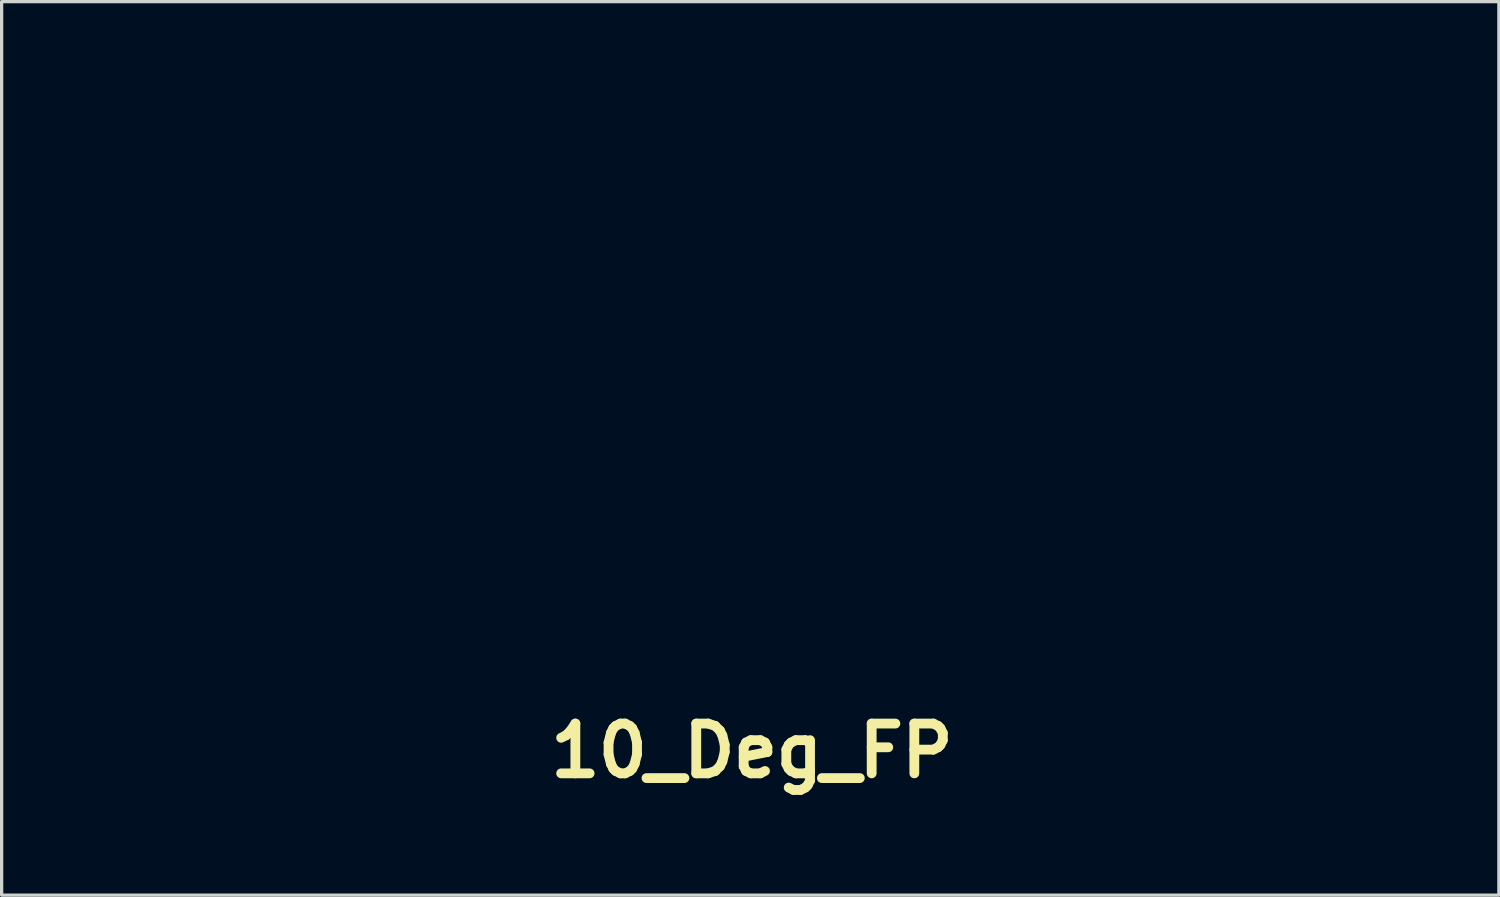
<source format=kicad_pcb>
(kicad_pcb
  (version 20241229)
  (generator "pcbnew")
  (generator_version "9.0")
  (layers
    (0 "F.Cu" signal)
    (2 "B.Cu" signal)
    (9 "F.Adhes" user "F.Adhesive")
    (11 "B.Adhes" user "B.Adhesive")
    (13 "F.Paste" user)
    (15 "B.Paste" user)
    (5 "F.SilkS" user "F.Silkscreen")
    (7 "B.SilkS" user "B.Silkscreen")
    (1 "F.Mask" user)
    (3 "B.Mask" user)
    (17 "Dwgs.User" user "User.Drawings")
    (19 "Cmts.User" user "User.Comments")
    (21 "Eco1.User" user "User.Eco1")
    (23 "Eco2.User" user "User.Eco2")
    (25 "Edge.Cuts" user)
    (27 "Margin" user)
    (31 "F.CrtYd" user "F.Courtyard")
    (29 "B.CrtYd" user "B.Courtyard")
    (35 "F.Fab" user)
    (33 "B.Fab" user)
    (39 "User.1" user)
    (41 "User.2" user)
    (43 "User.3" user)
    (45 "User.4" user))
  (footprint "10_Deg_FP"
    (layer "F.Cu")
    (at 19.972 19.937)
    (property "Reference" "10_Deg_FP" (at 0 0 0) (layer "F.SilkS") (effects (font (size 1.524 1.524) (thickness 0.3))))
    (attr through_hole)
    (fp_poly (pts (xy -17.231 -10.002) (xy -17.136 -9.954) (xy -16.996 -9.879) (xy -16.821 -9.783) (xy -16.619 -9.67) (xy -16.398 -9.544) (xy -16.392 -9.54) (xy -16.122 -9.383) (xy -15.911 -9.257) (xy -15.755 -9.158) (xy -15.65 -9.086) (xy -15.593 -9.038) (xy -15.581 -9.011) (xy -15.621 -8.966) (xy -15.641 -8.961) (xy -15.681 -8.979) (xy -15.773 -9.027) (xy -15.91 -9.101) (xy -16.082 -9.198) (xy -16.282 -9.311) (xy -16.492 -9.432) (xy -16.775 -9.598) (xy -16.996 -9.734) (xy -17.16 -9.841) (xy -17.267 -9.922) (xy -17.32 -9.977) (xy -17.322 -10.009) (xy -17.275 -10.019) (xy -17.231 -10.002)) (stroke (width 0.01) (type solid)) (fill yes) (layer "F.Mask"))
    (fp_poly (pts (xy 19.564 -3.547) (xy 19.573 -3.502) (xy 19.544 -3.478) (xy 19.465 -3.448) (xy 19.334 -3.413) (xy 19.146 -3.371) (xy 18.899 -3.322) (xy 18.591 -3.265) (xy 18.218 -3.2) (xy 17.792 -3.128) (xy 17.703 -3.126) (xy 17.66 -3.161) (xy 17.658 -3.165) (xy 17.648 -3.221) (xy 17.652 -3.235) (xy 17.69 -3.246) (xy 17.787 -3.266) (xy 17.931 -3.294) (xy 18.11 -3.328) (xy 18.315 -3.365) (xy 18.533 -3.404) (xy 18.753 -3.443) (xy 18.965 -3.479) (xy 19.156 -3.512) (xy 19.317 -3.538) (xy 19.434 -3.555) (xy 19.498 -3.563) (xy 19.502 -3.563) (xy 19.564 -3.547)) (stroke (width 0.01) (type solid)) (fill yes) (layer "F.Mask"))
    (fp_poly (pts (xy -6.887 -18.728) (xy -6.834 -18.683) (xy -6.788 -18.608) (xy -6.737 -18.479) (xy -6.674 -18.314) (xy -6.603 -18.121) (xy -6.528 -17.913) (xy -6.452 -17.699) (xy -6.38 -17.49) (xy -6.314 -17.297) (xy -6.259 -17.131) (xy -6.219 -17.001) (xy -6.196 -16.919) (xy -6.193 -16.895) (xy -6.218 -16.868) (xy -6.247 -16.871) (xy -6.282 -16.908) (xy -6.326 -16.985) (xy -6.382 -17.109) (xy -6.452 -17.283) (xy -6.539 -17.515) (xy -6.626 -17.754) (xy -6.712 -17.992) (xy -6.789 -18.209) (xy -6.855 -18.397) (xy -6.906 -18.545) (xy -6.938 -18.646) (xy -6.95 -18.689) (xy -6.931 -18.732) (xy -6.887 -18.728)) (stroke (width 0.01) (type solid)) (fill yes) (layer "F.Mask"))
    (fp_poly (pts (xy 9.943 -17.258) (xy 9.948 -17.238) (xy 9.931 -17.195) (xy 9.883 -17.101) (xy 9.811 -16.968) (xy 9.719 -16.804) (xy 9.614 -16.619) (xy 9.501 -16.424) (xy 9.386 -16.228) (xy 9.274 -16.04) (xy 9.172 -15.871) (xy 9.085 -15.731) (xy 9.019 -15.628) (xy 8.98 -15.574) (xy 8.973 -15.567) (xy 8.919 -15.58) (xy 8.907 -15.593) (xy 8.916 -15.636) (xy 8.956 -15.727) (xy 9.022 -15.859) (xy 9.109 -16.022) (xy 9.211 -16.206) (xy 9.322 -16.401) (xy 9.437 -16.598) (xy 9.551 -16.788) (xy 9.657 -16.961) (xy 9.751 -17.108) (xy 9.826 -17.218) (xy 9.878 -17.284) (xy 9.899 -17.298) (xy 9.943 -17.258)) (stroke (width 0.01) (type solid)) (fill yes) (layer "F.Mask"))
    (fp_poly (pts (xy 17.216 -10.009) (xy 17.214 -9.977) (xy 17.161 -9.921) (xy 17.053 -9.841) (xy 16.89 -9.734) (xy 16.669 -9.598) (xy 16.387 -9.432) (xy 16.17 -9.307) (xy 15.973 -9.195) (xy 15.805 -9.099) (xy 15.673 -9.025) (xy 15.586 -8.978) (xy 15.552 -8.961) (xy 15.522 -8.989) (xy 15.508 -9.019) (xy 15.493 -9.072) (xy 15.495 -9.084) (xy 15.545 -9.117) (xy 15.645 -9.176) (xy 15.783 -9.257) (xy 15.952 -9.353) (xy 16.139 -9.459) (xy 16.336 -9.57) (xy 16.533 -9.679) (xy 16.72 -9.782) (xy 16.886 -9.873) (xy 17.023 -9.947) (xy 17.119 -9.997) (xy 17.166 -10.018) (xy 17.168 -10.019) (xy 17.216 -10.009)) (stroke (width 0.01) (type solid)) (fill yes) (layer "F.Mask"))
    (fp_poly (pts (xy -18.673 -6.903) (xy -18.573 -6.871) (xy -18.429 -6.822) (xy -18.252 -6.761) (xy -18.052 -6.69) (xy -17.839 -6.614) (xy -17.626 -6.538) (xy -17.422 -6.463) (xy -17.237 -6.395) (xy -17.084 -6.338) (xy -16.973 -6.294) (xy -16.913 -6.269) (xy -16.907 -6.265) (xy -16.902 -6.221) (xy -16.925 -6.166) (xy -16.959 -6.141) (xy -16.959 -6.141) (xy -16.998 -6.153) (xy -17.094 -6.187) (xy -17.239 -6.239) (xy -17.423 -6.306) (xy -17.637 -6.384) (xy -17.868 -6.469) (xy -18.161 -6.579) (xy -18.39 -6.668) (xy -18.561 -6.739) (xy -18.677 -6.793) (xy -18.742 -6.832) (xy -18.761 -6.855) (xy -18.747 -6.906) (xy -18.718 -6.914) (xy -18.673 -6.903)) (stroke (width 0.01) (type solid)) (fill yes) (layer "F.Mask"))
    (fp_poly (pts (xy 12.799 -15.282) (xy 12.796 -15.234) (xy 12.771 -15.199) (xy 12.707 -15.118) (xy 12.611 -15) (xy 12.491 -14.853) (xy 12.353 -14.685) (xy 12.204 -14.505) (xy 12.051 -14.32) (xy 11.9 -14.14) (xy 11.759 -13.972) (xy 11.635 -13.825) (xy 11.554 -13.731) (xy 11.529 -13.746) (xy 11.501 -13.776) (xy 11.474 -13.83) (xy 11.503 -13.886) (xy 11.507 -13.891) (xy 11.544 -13.935) (xy 11.619 -14.024) (xy 11.725 -14.151) (xy 11.856 -14.307) (xy 12.005 -14.485) (xy 12.12 -14.623) (xy 12.276 -14.809) (xy 12.418 -14.977) (xy 12.54 -15.12) (xy 12.635 -15.229) (xy 12.696 -15.298) (xy 12.716 -15.318) (xy 12.767 -15.322) (xy 12.799 -15.282)) (stroke (width 0.01) (type solid)) (fill yes) (layer "F.Mask"))
    (fp_poly (pts (xy 18.654 -6.888) (xy 18.656 -6.855) (xy 18.626 -6.823) (xy 18.543 -6.777) (xy 18.403 -6.715) (xy 18.203 -6.636) (xy 17.992 -6.557) (xy 17.771 -6.476) (xy 17.556 -6.397) (xy 17.361 -6.325) (xy 17.202 -6.267) (xy 17.099 -6.229) (xy 16.973 -6.185) (xy 16.897 -6.166) (xy 16.857 -6.171) (xy 16.839 -6.195) (xy 16.837 -6.258) (xy 16.849 -6.278) (xy 16.891 -6.299) (xy 16.989 -6.339) (xy 17.132 -6.394) (xy 17.308 -6.46) (xy 17.507 -6.533) (xy 17.718 -6.61) (xy 17.929 -6.686) (xy 18.13 -6.757) (xy 18.31 -6.819) (xy 18.457 -6.869) (xy 18.562 -6.902) (xy 18.612 -6.914) (xy 18.612 -6.914) (xy 18.654 -6.888)) (stroke (width 0.01) (type solid)) (fill yes) (layer "F.Mask"))
    (fp_poly (pts (xy -18.707 -0.105) (xy -18.479 -0.104) (xy -18.308 -0.101) (xy -18.185 -0.096) (xy -18.103 -0.088) (xy -18.054 -0.078) (xy -18.031 -0.065) (xy -18.027 -0.053) (xy -18.035 -0.037) (xy -18.063 -0.025) (xy -18.119 -0.015) (xy -18.211 -0.009) (xy -18.345 -0.004) (xy -18.529 -0.001) (xy -18.771 -0.000234) (xy -18.997 0) (xy -19.287 -0.000424) (xy -19.515 -0.002) (xy -19.686 -0.005) (xy -19.809 -0.01) (xy -19.892 -0.017) (xy -19.94 -0.027) (xy -19.963 -0.041) (xy -19.967 -0.053) (xy -19.959 -0.069) (xy -19.931 -0.081) (xy -19.875 -0.091) (xy -19.783 -0.097) (xy -19.649 -0.102) (xy -19.465 -0.104) (xy -19.223 -0.106) (xy -18.997 -0.106) (xy -18.707 -0.105)) (stroke (width 0.01) (type solid)) (fill yes) (layer "F.Mask"))
    (fp_poly (pts (xy -15.267 -12.827) (xy -15.183 -12.775) (xy -15.063 -12.687) (xy -14.901 -12.56) (xy -14.694 -12.39) (xy -14.515 -12.24) (xy -14.287 -12.047) (xy -14.109 -11.894) (xy -13.976 -11.776) (xy -13.883 -11.688) (xy -13.824 -11.625) (xy -13.796 -11.583) (xy -13.793 -11.556) (xy -13.796 -11.55) (xy -13.834 -11.508) (xy -13.844 -11.501) (xy -13.872 -11.522) (xy -13.946 -11.584) (xy -14.061 -11.679) (xy -14.209 -11.801) (xy -14.383 -11.946) (xy -14.575 -12.108) (xy -14.589 -12.12) (xy -14.784 -12.284) (xy -14.96 -12.436) (xy -15.111 -12.568) (xy -15.229 -12.675) (xy -15.307 -12.749) (xy -15.339 -12.786) (xy -15.339 -12.787) (xy -15.341 -12.829) (xy -15.318 -12.844) (xy -15.267 -12.827)) (stroke (width 0.01) (type solid)) (fill yes) (layer "F.Mask"))
    (fp_poly (pts (xy -12.792 -15.285) (xy -12.756 -15.25) (xy -12.709 -15.196) (xy -12.625 -15.097) (xy -12.51 -14.961) (xy -12.371 -14.797) (xy -12.217 -14.614) (xy -12.106 -14.482) (xy -11.919 -14.257) (xy -11.776 -14.081) (xy -11.674 -13.948) (xy -11.609 -13.855) (xy -11.579 -13.795) (xy -11.579 -13.767) (xy -11.623 -13.729) (xy -11.637 -13.724) (xy -11.665 -13.75) (xy -11.731 -13.824) (xy -11.831 -13.938) (xy -11.957 -14.086) (xy -12.104 -14.26) (xy -12.266 -14.453) (xy -12.277 -14.466) (xy -12.44 -14.662) (xy -12.587 -14.843) (xy -12.713 -15) (xy -12.812 -15.126) (xy -12.878 -15.213) (xy -12.905 -15.254) (xy -12.905 -15.255) (xy -12.899 -15.313) (xy -12.857 -15.322) (xy -12.792 -15.285)) (stroke (width 0.01) (type solid)) (fill yes) (layer "F.Mask"))
    (fp_poly (pts (xy -9.981 -17.285) (xy -9.936 -17.233) (xy -9.869 -17.138) (xy -9.778 -16.994) (xy -9.66 -16.798) (xy -9.512 -16.545) (xy -9.46 -16.455) (xy -9.315 -16.201) (xy -9.201 -16.001) (xy -9.118 -15.848) (xy -9.06 -15.736) (xy -9.025 -15.658) (xy -9.01 -15.607) (xy -9.011 -15.577) (xy -9.025 -15.561) (xy -9.027 -15.56) (xy -9.049 -15.556) (xy -9.078 -15.573) (xy -9.117 -15.615) (xy -9.171 -15.69) (xy -9.243 -15.804) (xy -9.339 -15.963) (xy -9.462 -16.172) (xy -9.558 -16.339) (xy -9.684 -16.558) (xy -9.798 -16.76) (xy -9.896 -16.935) (xy -9.973 -17.075) (xy -10.024 -17.171) (xy -10.043 -17.214) (xy -10.033 -17.276) (xy -10.008 -17.296) (xy -9.981 -17.285)) (stroke (width 0.01) (type solid)) (fill yes) (layer "F.Mask"))
    (fp_poly (pts (xy -0.037 -19.924) (xy -0.025 -19.896) (xy -0.015 -19.84) (xy -0.009 -19.748) (xy -0.004 -19.614) (xy -0.001 -19.43) (xy -0.000234 -19.188) (xy 0 -18.962) (xy -0.000424 -18.671) (xy -0.002 -18.444) (xy -0.005 -18.273) (xy -0.01 -18.15) (xy -0.017 -18.067) (xy -0.027 -18.019) (xy -0.041 -17.996) (xy -0.053 -17.992) (xy -0.069 -17.999) (xy -0.081 -18.028) (xy -0.091 -18.084) (xy -0.097 -18.175) (xy -0.102 -18.31) (xy -0.104 -18.494) (xy -0.106 -18.736) (xy -0.106 -18.962) (xy -0.105 -19.252) (xy -0.104 -19.479) (xy -0.101 -19.651) (xy -0.096 -19.774) (xy -0.088 -19.856) (xy -0.078 -19.905) (xy -0.065 -19.928) (xy -0.053 -19.932) (xy -0.037 -19.924)) (stroke (width 0.01) (type solid)) (fill yes) (layer "F.Mask"))
    (fp_poly (pts (xy 19.183 -0.105) (xy 19.41 -0.104) (xy 19.581 -0.101) (xy 19.704 -0.096) (xy 19.786 -0.088) (xy 19.835 -0.078) (xy 19.857 -0.065) (xy 19.861 -0.053) (xy 19.854 -0.037) (xy 19.825 -0.024) (xy 19.768 -0.015) (xy 19.676 -0.008) (xy 19.541 -0.004) (xy 19.355 -0.001) (xy 19.111 -0.000183) (xy 18.913 0) (xy 18.624 -0.000474) (xy 18.399 -0.002) (xy 18.229 -0.006) (xy 18.107 -0.011) (xy 18.024 -0.019) (xy 17.975 -0.03) (xy 17.95 -0.044) (xy 17.944 -0.053) (xy 17.945 -0.069) (xy 17.966 -0.081) (xy 18.016 -0.09) (xy 18.101 -0.097) (xy 18.228 -0.102) (xy 18.405 -0.104) (xy 18.639 -0.106) (xy 18.892 -0.106) (xy 19.183 -0.105)) (stroke (width 0.01) (type solid)) (fill yes) (layer "F.Mask"))
    (fp_poly (pts (xy -19.558 -3.557) (xy -19.45 -3.541) (xy -19.297 -3.516) (xy -19.11 -3.485) (xy -18.9 -3.449) (xy -18.678 -3.411) (xy -18.456 -3.372) (xy -18.245 -3.334) (xy -18.055 -3.299) (xy -17.898 -3.27) (xy -17.784 -3.247) (xy -17.725 -3.234) (xy -17.719 -3.232) (xy -17.718 -3.19) (xy -17.748 -3.137) (xy -17.788 -3.108) (xy -17.793 -3.108) (xy -17.837 -3.115) (xy -17.941 -3.132) (xy -18.096 -3.159) (xy -18.291 -3.194) (xy -18.517 -3.234) (xy -18.75 -3.275) (xy -19.032 -3.327) (xy -19.252 -3.368) (xy -19.418 -3.402) (xy -19.535 -3.43) (xy -19.613 -3.454) (xy -19.657 -3.475) (xy -19.676 -3.495) (xy -19.678 -3.501) (xy -19.667 -3.551) (xy -19.611 -3.563) (xy -19.558 -3.557)) (stroke (width 0.01) (type solid)) (fill yes) (layer "F.Mask"))
    (fp_poly (pts (xy 15.216 -12.844) (xy 15.236 -12.785) (xy 15.222 -12.755) (xy 15.185 -12.718) (xy 15.104 -12.645) (xy 14.987 -12.544) (xy 14.844 -12.421) (xy 14.682 -12.284) (xy 14.51 -12.14) (xy 14.338 -11.996) (xy 14.173 -11.86) (xy 14.025 -11.739) (xy 13.902 -11.64) (xy 13.812 -11.571) (xy 13.766 -11.538) (xy 13.761 -11.536) (xy 13.714 -11.557) (xy 13.711 -11.559) (xy 13.688 -11.606) (xy 13.688 -11.608) (xy 13.714 -11.637) (xy 13.787 -11.704) (xy 13.901 -11.805) (xy 14.048 -11.933) (xy 14.221 -12.081) (xy 14.414 -12.244) (xy 14.432 -12.259) (xy 14.667 -12.455) (xy 14.854 -12.608) (xy 14.997 -12.72) (xy 15.101 -12.795) (xy 15.169 -12.837) (xy 15.208 -12.848) (xy 15.216 -12.844)) (stroke (width 0.01) (type solid)) (fill yes) (layer "F.Mask"))
    (fp_poly (pts (xy -3.542 -19.644) (xy -3.537 -19.643) (xy -3.516 -19.63) (xy -3.496 -19.594) (xy -3.474 -19.527) (xy -3.448 -19.422) (xy -3.416 -19.273) (xy -3.378 -19.072) (xy -3.331 -18.811) (xy -3.308 -18.681) (xy -3.256 -18.384) (xy -3.218 -18.149) (xy -3.191 -17.971) (xy -3.176 -17.844) (xy -3.171 -17.761) (xy -3.176 -17.715) (xy -3.184 -17.703) (xy -3.247 -17.676) (xy -3.28 -17.686) (xy -3.281 -17.692) (xy -3.287 -17.73) (xy -3.303 -17.829) (xy -3.329 -17.978) (xy -3.363 -18.168) (xy -3.402 -18.39) (xy -3.44 -18.603) (xy -3.492 -18.902) (xy -3.533 -19.138) (xy -3.563 -19.319) (xy -3.582 -19.452) (xy -3.591 -19.544) (xy -3.591 -19.602) (xy -3.582 -19.633) (xy -3.566 -19.645) (xy -3.542 -19.644)) (stroke (width 0.01) (type solid)) (fill yes) (layer "F.Mask"))
    (fp_poly (pts (xy 6.837 -18.71) (xy 6.844 -18.689) (xy 6.832 -18.643) (xy 6.8 -18.543) (xy 6.751 -18.4) (xy 6.69 -18.224) (xy 6.619 -18.026) (xy 6.543 -17.815) (xy 6.465 -17.603) (xy 6.389 -17.398) (xy 6.319 -17.213) (xy 6.259 -17.057) (xy 6.213 -16.941) (xy 6.184 -16.875) (xy 6.177 -16.863) (xy 6.132 -16.88) (xy 6.11 -16.893) (xy 6.101 -16.918) (xy 6.107 -16.974) (xy 6.131 -17.07) (xy 6.175 -17.21) (xy 6.24 -17.402) (xy 6.329 -17.652) (xy 6.347 -17.702) (xy 6.452 -17.991) (xy 6.536 -18.22) (xy 6.602 -18.396) (xy 6.652 -18.527) (xy 6.691 -18.618) (xy 6.721 -18.678) (xy 6.744 -18.712) (xy 6.764 -18.728) (xy 6.784 -18.732) (xy 6.789 -18.733) (xy 6.837 -18.71)) (stroke (width 0.01) (type solid)) (fill yes) (layer "F.Mask"))
    (fp_poly (pts (xy 3.48 -19.631) (xy 3.493 -19.576) (xy 3.487 -19.525) (xy 3.471 -19.419) (xy 3.446 -19.268) (xy 3.416 -19.083) (xy 3.38 -18.875) (xy 3.342 -18.655) (xy 3.304 -18.434) (xy 3.267 -18.223) (xy 3.232 -18.033) (xy 3.203 -17.875) (xy 3.181 -17.759) (xy 3.167 -17.698) (xy 3.165 -17.691) (xy 3.129 -17.694) (xy 3.096 -17.701) (xy 3.077 -17.703) (xy 3.063 -17.707) (xy 3.053 -17.718) (xy 3.049 -17.744) (xy 3.052 -17.793) (xy 3.061 -17.871) (xy 3.08 -17.986) (xy 3.107 -18.145) (xy 3.144 -18.355) (xy 3.191 -18.623) (xy 3.223 -18.803) (xy 3.271 -19.07) (xy 3.31 -19.276) (xy 3.342 -19.427) (xy 3.368 -19.532) (xy 3.391 -19.597) (xy 3.412 -19.632) (xy 3.431 -19.643) (xy 3.48 -19.631)) (stroke (width 0.01) (type solid)) (fill yes) (layer "F.Mask"))
    (fp_poly (pts (xy -12.241 -10.297) (xy -12.157 -10.233) (xy -12.027 -10.13) (xy -11.857 -9.994) (xy -11.65 -9.826) (xy -11.412 -9.631) (xy -11.147 -9.412) (xy -10.859 -9.173) (xy -10.552 -8.917) (xy -10.311 -8.716) (xy -9.927 -8.394) (xy -9.595 -8.114) (xy -9.312 -7.873) (xy -9.074 -7.67) (xy -8.878 -7.501) (xy -8.723 -7.364) (xy -8.604 -7.256) (xy -8.519 -7.175) (xy -8.465 -7.118) (xy -8.439 -7.082) (xy -8.437 -7.066) (xy -8.482 -7.027) (xy -8.497 -7.022) (xy -8.527 -7.045) (xy -8.607 -7.109) (xy -8.732 -7.212) (xy -8.898 -7.349) (xy -9.1 -7.517) (xy -9.334 -7.712) (xy -9.596 -7.931) (xy -9.882 -8.17) (xy -10.186 -8.425) (xy -10.425 -8.625) (xy -10.74 -8.891) (xy -11.04 -9.145) (xy -11.319 -9.382) (xy -11.572 -9.599) (xy -11.797 -9.792) (xy -11.988 -9.958) (xy -12.14 -10.093) (xy -12.251 -10.193) (xy -12.315 -10.254) (xy -12.33 -10.272) (xy -12.301 -10.313) (xy -12.277 -10.319) (xy -12.241 -10.297)) (stroke (width 0.01) (type solid)) (fill yes) (layer "F.Mask"))
    (fp_poly (pts (xy -8.428 -3.149) (xy -8.329 -3.118) (xy -8.175 -3.067) (xy -7.97 -2.997) (xy -7.721 -2.91) (xy -7.432 -2.808) (xy -7.11 -2.693) (xy -6.759 -2.567) (xy -6.384 -2.431) (xy -6.084 -2.322) (xy -5.608 -2.148) (xy -5.196 -1.996) (xy -4.842 -1.865) (xy -4.545 -1.754) (xy -4.301 -1.661) (xy -4.106 -1.584) (xy -3.957 -1.523) (xy -3.851 -1.477) (xy -3.783 -1.443) (xy -3.751 -1.42) (xy -3.748 -1.412) (xy -3.786 -1.362) (xy -3.81 -1.354) (xy -3.852 -1.365) (xy -3.953 -1.398) (xy -4.11 -1.452) (xy -4.317 -1.525) (xy -4.569 -1.614) (xy -4.859 -1.718) (xy -5.183 -1.835) (xy -5.534 -1.963) (xy -5.909 -2.099) (xy -6.182 -2.2) (xy -6.576 -2.345) (xy -6.946 -2.483) (xy -7.29 -2.611) (xy -7.601 -2.729) (xy -7.874 -2.834) (xy -8.104 -2.924) (xy -8.287 -2.997) (xy -8.417 -3.051) (xy -8.489 -3.084) (xy -8.502 -3.094) (xy -8.476 -3.15) (xy -8.467 -3.157) (xy -8.428 -3.149)) (stroke (width 0.01) (type solid)) (fill yes) (layer "F.Mask"))
    (fp_poly (pts (xy -8.005 -13.87) (xy -7.948 -13.785) (xy -7.864 -13.651) (xy -7.755 -13.473) (xy -7.626 -13.257) (xy -7.48 -13.01) (xy -7.319 -12.737) (xy -7.149 -12.444) (xy -6.971 -12.138) (xy -6.79 -11.823) (xy -6.608 -11.506) (xy -6.429 -11.193) (xy -6.257 -10.889) (xy -6.095 -10.601) (xy -5.946 -10.335) (xy -5.814 -10.096) (xy -5.701 -9.89) (xy -5.613 -9.724) (xy -5.551 -9.603) (xy -5.519 -9.532) (xy -5.516 -9.517) (xy -5.567 -9.494) (xy -5.608 -9.512) (xy -5.658 -9.58) (xy -5.673 -9.604) (xy -5.754 -9.739) (xy -5.86 -9.918) (xy -5.986 -10.134) (xy -6.13 -10.382) (xy -6.288 -10.656) (xy -6.456 -10.95) (xy -6.633 -11.258) (xy -6.813 -11.573) (xy -6.993 -11.891) (xy -7.171 -12.204) (xy -7.343 -12.508) (xy -7.505 -12.795) (xy -7.655 -13.061) (xy -7.788 -13.299) (xy -7.901 -13.503) (xy -7.992 -13.668) (xy -8.056 -13.787) (xy -8.09 -13.854) (xy -8.094 -13.867) (xy -8.045 -13.898) (xy -8.031 -13.899) (xy -8.005 -13.87)) (stroke (width 0.01) (type solid)) (fill yes) (layer "F.Mask"))
    (fp_poly (pts (xy -4.497 -7.802) (xy -4.442 -7.717) (xy -4.359 -7.582) (xy -4.251 -7.403) (xy -4.123 -7.187) (xy -3.978 -6.939) (xy -3.818 -6.665) (xy -3.648 -6.372) (xy -3.471 -6.064) (xy -3.29 -5.749) (xy -3.109 -5.433) (xy -2.931 -5.12) (xy -2.759 -4.817) (xy -2.597 -4.531) (xy -2.449 -4.266) (xy -2.317 -4.03) (xy -2.206 -3.827) (xy -2.118 -3.664) (xy -2.058 -3.548) (xy -2.027 -3.483) (xy -2.025 -3.472) (xy -2.052 -3.43) (xy -2.089 -3.435) (xy -2.142 -3.492) (xy -2.216 -3.606) (xy -2.258 -3.678) (xy -2.598 -4.265) (xy -2.903 -4.794) (xy -3.177 -5.268) (xy -3.42 -5.69) (xy -3.634 -6.064) (xy -3.821 -6.391) (xy -3.982 -6.675) (xy -4.12 -6.919) (xy -4.236 -7.126) (xy -4.331 -7.3) (xy -4.407 -7.442) (xy -4.465 -7.557) (xy -4.508 -7.647) (xy -4.537 -7.714) (xy -4.554 -7.763) (xy -4.56 -7.797) (xy -4.557 -7.817) (xy -4.547 -7.828) (xy -4.53 -7.831) (xy -4.521 -7.832) (xy -4.497 -7.802)) (stroke (width 0.01) (type solid)) (fill yes) (layer "F.Mask"))
    (fp_poly (pts (xy 4.442 -7.822) (xy 4.485 -7.786) (xy 4.487 -7.759) (xy 4.466 -7.714) (xy 4.414 -7.615) (xy 4.333 -7.469) (xy 4.227 -7.281) (xy 4.1 -7.057) (xy 3.955 -6.803) (xy 3.796 -6.525) (xy 3.626 -6.23) (xy 3.448 -5.922) (xy 3.266 -5.609) (xy 3.084 -5.295) (xy 2.904 -4.988) (xy 2.731 -4.693) (xy 2.568 -4.415) (xy 2.418 -4.161) (xy 2.285 -3.937) (xy 2.172 -3.749) (xy 2.083 -3.603) (xy 2.021 -3.505) (xy 1.989 -3.46) (xy 1.986 -3.458) (xy 1.931 -3.482) (xy 1.923 -3.492) (xy 1.937 -3.527) (xy 1.983 -3.619) (xy 2.059 -3.761) (xy 2.163 -3.95) (xy 2.29 -4.18) (xy 2.44 -4.446) (xy 2.608 -4.743) (xy 2.792 -5.067) (xy 2.989 -5.412) (xy 3.144 -5.68) (xy 3.401 -6.126) (xy 3.625 -6.512) (xy 3.819 -6.843) (xy 3.982 -7.12) (xy 4.118 -7.347) (xy 4.228 -7.526) (xy 4.314 -7.661) (xy 4.377 -7.753) (xy 4.419 -7.806) (xy 4.441 -7.822) (xy 4.442 -7.822)) (stroke (width 0.01) (type solid)) (fill yes) (layer "F.Mask"))
    (fp_poly (pts (xy 5.494 -15.041) (xy 5.503 -15.015) (xy 5.492 -14.975) (xy 5.457 -14.873) (xy 5.403 -14.717) (xy 5.33 -14.51) (xy 5.24 -14.259) (xy 5.136 -13.969) (xy 5.019 -13.646) (xy 4.892 -13.294) (xy 4.756 -12.92) (xy 4.657 -12.648) (xy 4.516 -12.262) (xy 4.382 -11.896) (xy 4.258 -11.555) (xy 4.145 -11.244) (xy 4.045 -10.969) (xy 3.96 -10.735) (xy 3.893 -10.548) (xy 3.844 -10.412) (xy 3.816 -10.333) (xy 3.81 -10.315) (xy 3.785 -10.302) (xy 3.727 -10.322) (xy 3.712 -10.331) (xy 3.715 -10.369) (xy 3.74 -10.466) (xy 3.785 -10.617) (xy 3.849 -10.814) (xy 3.929 -11.052) (xy 4.022 -11.323) (xy 4.127 -11.621) (xy 4.24 -11.94) (xy 4.36 -12.274) (xy 4.484 -12.616) (xy 4.609 -12.959) (xy 4.734 -13.297) (xy 4.856 -13.623) (xy 4.973 -13.932) (xy 5.082 -14.217) (xy 5.181 -14.471) (xy 5.268 -14.688) (xy 5.34 -14.862) (xy 5.395 -14.985) (xy 5.431 -15.052) (xy 5.442 -15.063) (xy 5.494 -15.041)) (stroke (width 0.01) (type solid)) (fill yes) (layer "F.Mask"))
    (fp_poly (pts (xy 5.762 -6.907) (xy 5.768 -6.887) (xy 5.746 -6.851) (xy 5.682 -6.767) (xy 5.582 -6.641) (xy 5.449 -6.477) (xy 5.289 -6.28) (xy 5.105 -6.057) (xy 4.902 -5.812) (xy 4.684 -5.551) (xy 4.457 -5.279) (xy 4.223 -5.001) (xy 3.989 -4.722) (xy 3.758 -4.449) (xy 3.534 -4.186) (xy 3.323 -3.938) (xy 3.128 -3.711) (xy 2.955 -3.51) (xy 2.807 -3.34) (xy 2.689 -3.207) (xy 2.606 -3.116) (xy 2.562 -3.072) (xy 2.556 -3.069) (xy 2.5 -3.089) (xy 2.49 -3.099) (xy 2.509 -3.132) (xy 2.568 -3.212) (xy 2.665 -3.335) (xy 2.795 -3.497) (xy 2.953 -3.69) (xy 3.135 -3.911) (xy 3.336 -4.155) (xy 3.552 -4.414) (xy 3.779 -4.686) (xy 4.012 -4.963) (xy 4.247 -5.242) (xy 4.479 -5.516) (xy 4.704 -5.781) (xy 4.917 -6.031) (xy 5.114 -6.26) (xy 5.291 -6.465) (xy 5.443 -6.639) (xy 5.566 -6.777) (xy 5.655 -6.875) (xy 5.706 -6.926) (xy 5.716 -6.932) (xy 5.762 -6.907)) (stroke (width 0.01) (type solid)) (fill yes) (layer "F.Mask"))
    (fp_poly (pts (xy -15.755 -2.874) (xy -15.653 -2.859) (xy -15.495 -2.834) (xy -15.288 -2.8) (xy -15.039 -2.759) (xy -14.754 -2.712) (xy -14.441 -2.659) (xy -14.107 -2.602) (xy -13.757 -2.542) (xy -13.399 -2.48) (xy -13.04 -2.418) (xy -12.687 -2.357) (xy -12.346 -2.297) (xy -12.024 -2.241) (xy -11.729 -2.188) (xy -11.466 -2.141) (xy -11.243 -2.101) (xy -11.066 -2.068) (xy -10.943 -2.044) (xy -10.88 -2.03) (xy -10.875 -2.029) (xy -10.842 -1.995) (xy -10.859 -1.952) (xy -10.911 -1.918) (xy -10.966 -1.909) (xy -11.016 -1.916) (xy -11.129 -1.934) (xy -11.3 -1.963) (xy -11.523 -2.001) (xy -11.792 -2.047) (xy -12.1 -2.101) (xy -12.443 -2.161) (xy -12.814 -2.226) (xy -13.207 -2.296) (xy -13.45 -2.339) (xy -13.949 -2.428) (xy -14.382 -2.507) (xy -14.752 -2.575) (xy -15.062 -2.633) (xy -15.315 -2.682) (xy -15.514 -2.723) (xy -15.663 -2.755) (xy -15.765 -2.781) (xy -15.823 -2.8) (xy -15.84 -2.812) (xy -15.812 -2.867) (xy -15.794 -2.877) (xy -15.755 -2.874)) (stroke (width 0.01) (type solid)) (fill yes) (layer "F.Mask"))
    (fp_poly (pts (xy -13.844 -8.05) (xy -13.751 -8.003) (xy -13.61 -7.927) (xy -13.426 -7.825) (xy -13.206 -7.701) (xy -12.955 -7.558) (xy -12.679 -7.401) (xy -12.384 -7.231) (xy -12.077 -7.054) (xy -11.763 -6.872) (xy -11.447 -6.688) (xy -11.137 -6.506) (xy -10.838 -6.331) (xy -10.555 -6.164) (xy -10.296 -6.01) (xy -10.065 -5.871) (xy -9.869 -5.753) (xy -9.714 -5.657) (xy -9.605 -5.587) (xy -9.549 -5.548) (xy -9.543 -5.541) (xy -9.564 -5.488) (xy -9.579 -5.48) (xy -9.615 -5.495) (xy -9.706 -5.542) (xy -9.849 -5.62) (xy -10.039 -5.725) (xy -10.269 -5.853) (xy -10.536 -6.004) (xy -10.833 -6.172) (xy -11.157 -6.357) (xy -11.503 -6.555) (xy -11.775 -6.711) (xy -12.203 -6.958) (xy -12.574 -7.173) (xy -12.89 -7.357) (xy -13.156 -7.514) (xy -13.376 -7.645) (xy -13.552 -7.753) (xy -13.689 -7.84) (xy -13.79 -7.91) (xy -13.86 -7.963) (xy -13.9 -8.002) (xy -13.917 -8.031) (xy -13.912 -8.05) (xy -13.889 -8.063) (xy -13.882 -8.065) (xy -13.844 -8.05)) (stroke (width 0.01) (type solid)) (fill yes) (layer "F.Mask"))
    (fp_poly (pts (xy 7.981 -13.877) (xy 7.989 -13.867) (xy 7.974 -13.834) (xy 7.927 -13.745) (xy 7.852 -13.607) (xy 7.752 -13.426) (xy 7.631 -13.208) (xy 7.491 -12.959) (xy 7.336 -12.684) (xy 7.169 -12.39) (xy 6.995 -12.082) (xy 6.816 -11.767) (xy 6.635 -11.451) (xy 6.457 -11.139) (xy 6.284 -10.838) (xy 6.121 -10.553) (xy 5.969 -10.291) (xy 5.833 -10.057) (xy 5.717 -9.858) (xy 5.623 -9.699) (xy 5.555 -9.586) (xy 5.516 -9.525) (xy 5.51 -9.518) (xy 5.463 -9.512) (xy 5.432 -9.525) (xy 5.399 -9.568) (xy 5.417 -9.621) (xy 5.441 -9.661) (xy 5.496 -9.758) (xy 5.582 -9.905) (xy 5.693 -10.099) (xy 5.828 -10.332) (xy 5.983 -10.602) (xy 6.156 -10.901) (xy 6.343 -11.226) (xy 6.542 -11.571) (xy 6.668 -11.792) (xy 6.872 -12.145) (xy 7.067 -12.479) (xy 7.249 -12.791) (xy 7.415 -13.073) (xy 7.564 -13.323) (xy 7.69 -13.534) (xy 7.793 -13.701) (xy 7.868 -13.821) (xy 7.914 -13.887) (xy 7.925 -13.899) (xy 7.981 -13.877)) (stroke (width 0.01) (type solid)) (fill yes) (layer "F.Mask"))
    (fp_poly (pts (xy -8.786 -1.639) (xy -8.692 -1.629) (xy -8.563 -1.612) (xy -8.395 -1.586) (xy -8.184 -1.552) (xy -7.924 -1.509) (xy -7.611 -1.456) (xy -7.242 -1.392) (xy -6.811 -1.316) (xy -6.404 -1.244) (xy -5.996 -1.172) (xy -5.609 -1.103) (xy -5.249 -1.039) (xy -4.92 -0.98) (xy -4.629 -0.927) (xy -4.38 -0.882) (xy -4.18 -0.846) (xy -4.034 -0.819) (xy -3.947 -0.802) (xy -3.925 -0.797) (xy -3.923 -0.755) (xy -3.957 -0.704) (xy -4.006 -0.675) (xy -4.017 -0.674) (xy -4.06 -0.681) (xy -4.168 -0.699) (xy -4.333 -0.728) (xy -4.55 -0.766) (xy -4.814 -0.812) (xy -5.119 -0.866) (xy -5.458 -0.926) (xy -5.826 -0.991) (xy -6.218 -1.06) (xy -6.48 -1.107) (xy -6.882 -1.179) (xy -7.264 -1.248) (xy -7.62 -1.312) (xy -7.945 -1.372) (xy -8.232 -1.425) (xy -8.475 -1.471) (xy -8.67 -1.508) (xy -8.811 -1.536) (xy -8.891 -1.554) (xy -8.908 -1.559) (xy -8.913 -1.605) (xy -8.902 -1.631) (xy -8.886 -1.639) (xy -8.849 -1.642) (xy -8.786 -1.639)) (stroke (width 0.01) (type solid)) (fill yes) (layer "F.Mask"))
    (fp_poly (pts (xy -5.531 -15.051) (xy -5.506 -15.014) (xy -5.473 -14.946) (xy -5.428 -14.845) (xy -5.371 -14.706) (xy -5.3 -14.525) (xy -5.214 -14.298) (xy -5.111 -14.022) (xy -4.988 -13.692) (xy -4.846 -13.304) (xy -4.682 -12.855) (xy -4.643 -12.747) (xy -4.503 -12.361) (xy -4.369 -11.993) (xy -4.245 -11.649) (xy -4.132 -11.334) (xy -4.032 -11.055) (xy -3.947 -10.816) (xy -3.879 -10.624) (xy -3.83 -10.483) (xy -3.803 -10.399) (xy -3.796 -10.377) (xy -3.822 -10.324) (xy -3.854 -10.309) (xy -3.906 -10.306) (xy -3.916 -10.313) (xy -3.928 -10.348) (xy -3.962 -10.444) (xy -4.016 -10.595) (xy -4.089 -10.797) (xy -4.178 -11.043) (xy -4.282 -11.329) (xy -4.399 -11.65) (xy -4.526 -11.999) (xy -4.662 -12.371) (xy -4.763 -12.648) (xy -4.904 -13.035) (xy -5.037 -13.403) (xy -5.162 -13.746) (xy -5.275 -14.06) (xy -5.375 -14.339) (xy -5.459 -14.577) (xy -5.527 -14.769) (xy -5.576 -14.91) (xy -5.603 -14.993) (xy -5.609 -15.015) (xy -5.58 -15.056) (xy -5.547 -15.063) (xy -5.531 -15.051)) (stroke (width 0.01) (type solid)) (fill yes) (layer "F.Mask"))
    (fp_poly (pts (xy -3.122 -8.446) (xy -3.097 -8.405) (xy -3.061 -8.33) (xy -3.012 -8.218) (xy -2.95 -8.064) (xy -2.873 -7.866) (xy -2.779 -7.619) (xy -2.668 -7.32) (xy -2.537 -6.966) (xy -2.385 -6.552) (xy -2.23 -6.127) (xy -2.088 -5.739) (xy -1.954 -5.371) (xy -1.829 -5.027) (xy -1.716 -4.714) (xy -1.615 -4.436) (xy -1.53 -4.199) (xy -1.461 -4.009) (xy -1.412 -3.87) (xy -1.383 -3.787) (xy -1.376 -3.766) (xy -1.405 -3.743) (xy -1.439 -3.731) (xy -1.454 -3.735) (xy -1.474 -3.755) (xy -1.499 -3.797) (xy -1.532 -3.865) (xy -1.575 -3.963) (xy -1.629 -4.095) (xy -1.696 -4.267) (xy -1.777 -4.481) (xy -1.875 -4.743) (xy -1.991 -5.057) (xy -2.127 -5.427) (xy -2.285 -5.857) (xy -2.342 -6.013) (xy -2.482 -6.399) (xy -2.616 -6.767) (xy -2.74 -7.11) (xy -2.853 -7.424) (xy -2.952 -7.703) (xy -3.037 -7.941) (xy -3.105 -8.134) (xy -3.153 -8.275) (xy -3.181 -8.358) (xy -3.187 -8.379) (xy -3.167 -8.44) (xy -3.138 -8.458) (xy -3.122 -8.446)) (stroke (width 0.01) (type solid)) (fill yes) (layer "F.Mask"))
    (fp_poly (pts (xy -2.834 -15.785) (xy -2.815 -15.724) (xy -2.79 -15.62) (xy -2.757 -15.468) (xy -2.716 -15.265) (xy -2.667 -15.009) (xy -2.609 -14.696) (xy -2.541 -14.323) (xy -2.463 -13.886) (xy -2.374 -13.384) (xy -2.37 -13.361) (xy -2.298 -12.955) (xy -2.23 -12.569) (xy -2.167 -12.208) (xy -2.11 -11.879) (xy -2.059 -11.587) (xy -2.016 -11.337) (xy -1.982 -11.136) (xy -1.957 -10.989) (xy -1.943 -10.901) (xy -1.94 -10.878) (xy -1.965 -10.833) (xy -2.017 -10.814) (xy -2.059 -10.83) (xy -2.064 -10.84) (xy -2.076 -10.891) (xy -2.098 -11.003) (xy -2.129 -11.17) (xy -2.169 -11.385) (xy -2.214 -11.641) (xy -2.266 -11.931) (xy -2.322 -12.249) (xy -2.381 -12.586) (xy -2.442 -12.938) (xy -2.504 -13.296) (xy -2.566 -13.655) (xy -2.626 -14.006) (xy -2.684 -14.344) (xy -2.737 -14.662) (xy -2.786 -14.952) (xy -2.828 -15.209) (xy -2.863 -15.424) (xy -2.89 -15.592) (xy -2.907 -15.705) (xy -2.913 -15.756) (xy -2.913 -15.759) (xy -2.867 -15.801) (xy -2.848 -15.804) (xy -2.834 -15.785)) (stroke (width 0.01) (type solid)) (fill yes) (layer "F.Mask"))
    (fp_poly (pts (xy 1.56 -8.867) (xy 1.568 -8.852) (xy 1.572 -8.816) (xy 1.569 -8.756) (xy 1.56 -8.665) (xy 1.543 -8.541) (xy 1.519 -8.378) (xy 1.486 -8.172) (xy 1.443 -7.918) (xy 1.391 -7.612) (xy 1.328 -7.25) (xy 1.254 -6.826) (xy 1.182 -6.421) (xy 1.11 -6.017) (xy 1.042 -5.633) (xy 0.978 -5.275) (xy 0.919 -4.948) (xy 0.867 -4.659) (xy 0.822 -4.412) (xy 0.786 -4.214) (xy 0.759 -4.071) (xy 0.743 -3.987) (xy 0.739 -3.967) (xy 0.696 -3.943) (xy 0.658 -3.944) (xy 0.609 -3.98) (xy 0.608 -4.016) (xy 0.617 -4.06) (xy 0.636 -4.167) (xy 0.666 -4.333) (xy 0.705 -4.55) (xy 0.752 -4.814) (xy 0.806 -5.118) (xy 0.865 -5.457) (xy 0.93 -5.825) (xy 0.999 -6.216) (xy 1.041 -6.456) (xy 1.111 -6.857) (xy 1.179 -7.237) (xy 1.242 -7.592) (xy 1.301 -7.914) (xy 1.353 -8.2) (xy 1.398 -8.442) (xy 1.435 -8.635) (xy 1.462 -8.773) (xy 1.479 -8.852) (xy 1.484 -8.867) (xy 1.532 -8.878) (xy 1.56 -8.867)) (stroke (width 0.01) (type solid)) (fill yes) (layer "F.Mask"))
    (fp_poly (pts (xy 6.941 -0.106) (xy 7.36 -0.105) (xy 7.719 -0.104) (xy 8.02 -0.103) (xy 8.27 -0.101) (xy 8.472 -0.098) (xy 8.632 -0.094) (xy 8.755 -0.09) (xy 8.843 -0.084) (xy 8.904 -0.078) (xy 8.94 -0.07) (xy 8.957 -0.06) (xy 8.961 -0.053) (xy 8.954 -0.043) (xy 8.932 -0.034) (xy 8.889 -0.026) (xy 8.821 -0.02) (xy 8.723 -0.014) (xy 8.59 -0.01) (xy 8.418 -0.007) (xy 8.202 -0.004) (xy 7.937 -0.002) (xy 7.618 -0.001) (xy 7.242 -0.000402) (xy 6.803 -0.000055) (xy 6.479 0) (xy 6.067 -0.000326) (xy 5.676 -0.001) (xy 5.311 -0.003) (xy 4.978 -0.005) (xy 4.683 -0.007) (xy 4.432 -0.01) (xy 4.23 -0.013) (xy 4.083 -0.017) (xy 3.996 -0.021) (xy 3.975 -0.024) (xy 3.951 -0.074) (xy 3.951 -0.076) (xy 3.985 -0.081) (xy 4.085 -0.086) (xy 4.243 -0.09) (xy 4.456 -0.094) (xy 4.716 -0.098) (xy 5.019 -0.1) (xy 5.359 -0.103) (xy 5.731 -0.105) (xy 6.128 -0.106) (xy 6.456 -0.106) (xy 6.941 -0.106)) (stroke (width 0.01) (type solid)) (fill yes) (layer "F.Mask"))
    (fp_poly (pts (xy 8.403 -3.153) (xy 8.409 -3.149) (xy 8.42 -3.091) (xy 8.409 -3.07) (xy 8.371 -3.054) (xy 8.273 -3.015) (xy 8.119 -2.957) (xy 7.915 -2.88) (xy 7.666 -2.788) (xy 7.378 -2.681) (xy 7.056 -2.562) (xy 6.706 -2.434) (xy 6.332 -2.297) (xy 6.056 -2.196) (xy 5.597 -2.029) (xy 5.2 -1.885) (xy 4.861 -1.763) (xy 4.575 -1.661) (xy 4.338 -1.578) (xy 4.147 -1.513) (xy 3.997 -1.463) (xy 3.883 -1.429) (xy 3.802 -1.407) (xy 3.749 -1.397) (xy 3.721 -1.398) (xy 3.713 -1.404) (xy 3.72 -1.467) (xy 3.744 -1.493) (xy 3.786 -1.51) (xy 3.888 -1.55) (xy 4.045 -1.609) (xy 4.252 -1.687) (xy 4.504 -1.78) (xy 4.794 -1.888) (xy 5.117 -2.007) (xy 5.469 -2.136) (xy 5.842 -2.273) (xy 6.088 -2.363) (xy 6.545 -2.53) (xy 6.94 -2.673) (xy 7.277 -2.795) (xy 7.561 -2.896) (xy 7.796 -2.978) (xy 7.985 -3.043) (xy 8.134 -3.092) (xy 8.246 -3.126) (xy 8.325 -3.146) (xy 8.376 -3.155) (xy 8.403 -3.153)) (stroke (width 0.01) (type solid)) (fill yes) (layer "F.Mask"))
    (fp_poly (pts (xy 10.235 -12.285) (xy 10.244 -12.275) (xy 10.249 -12.26) (xy 10.24 -12.231) (xy 10.217 -12.187) (xy 10.174 -12.123) (xy 10.11 -12.036) (xy 10.022 -11.922) (xy 9.906 -11.778) (xy 9.76 -11.599) (xy 9.581 -11.382) (xy 9.366 -11.124) (xy 9.113 -10.821) (xy 8.817 -10.469) (xy 8.69 -10.319) (xy 8.425 -10.003) (xy 8.172 -9.703) (xy 7.936 -9.424) (xy 7.72 -9.169) (xy 7.529 -8.944) (xy 7.365 -8.752) (xy 7.233 -8.598) (xy 7.136 -8.486) (xy 7.078 -8.421) (xy 7.062 -8.404) (xy 7.017 -8.418) (xy 6.996 -8.434) (xy 7.001 -8.458) (xy 7.035 -8.515) (xy 7.1 -8.605) (xy 7.197 -8.733) (xy 7.33 -8.9) (xy 7.498 -9.108) (xy 7.706 -9.361) (xy 7.954 -9.661) (xy 8.244 -10.009) (xy 8.528 -10.349) (xy 8.792 -10.663) (xy 9.043 -10.963) (xy 9.278 -11.243) (xy 9.493 -11.499) (xy 9.684 -11.726) (xy 9.847 -11.92) (xy 9.979 -12.077) (xy 10.075 -12.191) (xy 10.133 -12.259) (xy 10.147 -12.275) (xy 10.192 -12.309) (xy 10.235 -12.285)) (stroke (width 0.01) (type solid)) (fill yes) (layer "F.Mask"))
    (fp_poly (pts (xy -14.99 -5.567) (xy -14.892 -5.532) (xy -14.741 -5.478) (xy -14.543 -5.407) (xy -14.306 -5.321) (xy -14.034 -5.222) (xy -13.736 -5.114) (xy -13.417 -4.998) (xy -13.084 -4.878) (xy -12.744 -4.754) (xy -12.403 -4.63) (xy -12.068 -4.508) (xy -11.745 -4.39) (xy -11.441 -4.279) (xy -11.162 -4.178) (xy -10.916 -4.087) (xy -10.707 -4.011) (xy -10.544 -3.951) (xy -10.432 -3.91) (xy -10.391 -3.894) (xy -10.35 -3.851) (xy -10.349 -3.793) (xy -10.388 -3.755) (xy -10.389 -3.755) (xy -10.427 -3.765) (xy -10.526 -3.798) (xy -10.681 -3.852) (xy -10.885 -3.924) (xy -11.134 -4.013) (xy -11.423 -4.117) (xy -11.745 -4.233) (xy -12.095 -4.361) (xy -12.469 -4.497) (xy -12.753 -4.601) (xy -13.209 -4.769) (xy -13.604 -4.914) (xy -13.94 -5.039) (xy -14.223 -5.145) (xy -14.457 -5.234) (xy -14.646 -5.307) (xy -14.795 -5.367) (xy -14.907 -5.415) (xy -14.988 -5.452) (xy -15.041 -5.481) (xy -15.07 -5.504) (xy -15.081 -5.521) (xy -15.081 -5.523) (xy -15.06 -5.576) (xy -15.028 -5.58) (xy -14.99 -5.567)) (stroke (width 0.01) (type solid)) (fill yes) (layer "F.Mask"))
    (fp_poly (pts (xy -5.783 -6.931) (xy -5.756 -6.901) (xy -5.688 -6.822) (xy -5.581 -6.698) (xy -5.441 -6.532) (xy -5.27 -6.331) (xy -5.073 -6.097) (xy -4.853 -5.836) (xy -4.614 -5.552) (xy -4.359 -5.249) (xy -4.194 -5.053) (xy -3.932 -4.739) (xy -3.681 -4.441) (xy -3.448 -4.162) (xy -3.234 -3.907) (xy -3.044 -3.681) (xy -2.883 -3.488) (xy -2.752 -3.333) (xy -2.658 -3.22) (xy -2.602 -3.154) (xy -2.589 -3.139) (xy -2.563 -3.089) (xy -2.598 -3.051) (xy -2.603 -3.048) (xy -2.62 -3.047) (xy -2.647 -3.061) (xy -2.688 -3.094) (xy -2.746 -3.15) (xy -2.823 -3.231) (xy -2.924 -3.342) (xy -3.049 -3.485) (xy -3.204 -3.665) (xy -3.391 -3.883) (xy -3.612 -4.145) (xy -3.872 -4.453) (xy -4.172 -4.811) (xy -4.276 -4.935) (xy -4.602 -5.325) (xy -4.885 -5.664) (xy -5.127 -5.956) (xy -5.329 -6.202) (xy -5.495 -6.407) (xy -5.626 -6.572) (xy -5.725 -6.7) (xy -5.794 -6.795) (xy -5.836 -6.859) (xy -5.852 -6.895) (xy -5.85 -6.904) (xy -5.803 -6.934) (xy -5.783 -6.931)) (stroke (width 0.01) (type solid)) (fill yes) (layer "F.Mask"))
    (fp_poly (pts (xy 2.792 -15.787) (xy 2.805 -15.768) (xy 2.803 -15.729) (xy 2.789 -15.625) (xy 2.765 -15.463) (xy 2.731 -15.249) (xy 2.688 -14.987) (xy 2.637 -14.685) (xy 2.58 -14.347) (xy 2.517 -13.979) (xy 2.448 -13.586) (xy 2.395 -13.281) (xy 2.311 -12.806) (xy 2.238 -12.395) (xy 2.175 -12.045) (xy 2.121 -11.75) (xy 2.076 -11.506) (xy 2.038 -11.309) (xy 2.006 -11.153) (xy 1.98 -11.034) (xy 1.958 -10.947) (xy 1.939 -10.888) (xy 1.924 -10.852) (xy 1.91 -10.834) (xy 1.898 -10.83) (xy 1.845 -10.85) (xy 1.834 -10.874) (xy 1.84 -10.916) (xy 1.857 -11.021) (xy 1.885 -11.184) (xy 1.921 -11.4) (xy 1.967 -11.662) (xy 2.019 -11.965) (xy 2.078 -12.304) (xy 2.143 -12.673) (xy 2.212 -13.065) (xy 2.264 -13.361) (xy 2.349 -13.844) (xy 2.423 -14.261) (xy 2.488 -14.618) (xy 2.543 -14.918) (xy 2.59 -15.165) (xy 2.63 -15.365) (xy 2.663 -15.521) (xy 2.692 -15.638) (xy 2.717 -15.72) (xy 2.738 -15.772) (xy 2.757 -15.797) (xy 2.775 -15.801) (xy 2.792 -15.787)) (stroke (width 0.01) (type solid)) (fill yes) (layer "F.Mask"))
    (fp_poly (pts (xy 14.967 -5.563) (xy 14.975 -5.524) (xy 14.959 -5.482) (xy 14.903 -5.44) (xy 14.796 -5.391) (xy 14.711 -5.359) (xy 14.081 -5.129) (xy 13.513 -4.922) (xy 13.006 -4.736) (xy 12.554 -4.572) (xy 12.156 -4.427) (xy 11.807 -4.3) (xy 11.505 -4.191) (xy 11.245 -4.098) (xy 11.026 -4.019) (xy 10.842 -3.954) (xy 10.692 -3.902) (xy 10.571 -3.861) (xy 10.477 -3.831) (xy 10.405 -3.809) (xy 10.354 -3.795) (xy 10.318 -3.788) (xy 10.296 -3.787) (xy 10.284 -3.789) (xy 10.278 -3.795) (xy 10.276 -3.798) (xy 10.276 -3.861) (xy 10.288 -3.88) (xy 10.324 -3.895) (xy 10.42 -3.933) (xy 10.57 -3.99) (xy 10.766 -4.063) (xy 11.002 -4.151) (xy 11.272 -4.252) (xy 11.569 -4.361) (xy 11.887 -4.479) (xy 12.218 -4.601) (xy 12.558 -4.725) (xy 12.898 -4.85) (xy 13.232 -4.972) (xy 13.554 -5.09) (xy 13.858 -5.2) (xy 14.136 -5.301) (xy 14.383 -5.39) (xy 14.591 -5.465) (xy 14.754 -5.523) (xy 14.866 -5.562) (xy 14.921 -5.58) (xy 14.922 -5.58) (xy 14.967 -5.563)) (stroke (width 0.01) (type solid)) (fill yes) (layer "F.Mask"))
    (fp_poly (pts (xy 15.722 -2.858) (xy 15.731 -2.84) (xy 15.722 -2.822) (xy 15.69 -2.803) (xy 15.63 -2.781) (xy 15.539 -2.755) (xy 15.411 -2.725) (xy 15.243 -2.69) (xy 15.03 -2.648) (xy 14.768 -2.599) (xy 14.453 -2.541) (xy 14.08 -2.474) (xy 13.645 -2.397) (xy 13.291 -2.334) (xy 12.885 -2.263) (xy 12.5 -2.195) (xy 12.14 -2.132) (xy 11.813 -2.075) (xy 11.523 -2.024) (xy 11.275 -1.981) (xy 11.076 -1.947) (xy 10.931 -1.922) (xy 10.846 -1.908) (xy 10.825 -1.904) (xy 10.795 -1.933) (xy 10.78 -1.963) (xy 10.766 -2.016) (xy 10.768 -2.029) (xy 10.806 -2.039) (xy 10.908 -2.059) (xy 11.065 -2.089) (xy 11.271 -2.126) (xy 11.519 -2.171) (xy 11.803 -2.221) (xy 12.115 -2.276) (xy 12.449 -2.334) (xy 12.798 -2.395) (xy 13.156 -2.456) (xy 13.515 -2.518) (xy 13.868 -2.578) (xy 14.21 -2.636) (xy 14.532 -2.69) (xy 14.829 -2.74) (xy 15.093 -2.783) (xy 15.318 -2.82) (xy 15.497 -2.848) (xy 15.623 -2.867) (xy 15.689 -2.876) (xy 15.698 -2.876) (xy 15.722 -2.858)) (stroke (width 0.01) (type solid)) (fill yes) (layer "F.Mask"))
    (fp_poly (pts (xy -1.63 -8.859) (xy -1.616 -8.846) (xy -1.601 -8.819) (xy -1.585 -8.77) (xy -1.565 -8.697) (xy -1.541 -8.594) (xy -1.512 -8.456) (xy -1.478 -8.279) (xy -1.436 -8.059) (xy -1.387 -7.79) (xy -1.329 -7.467) (xy -1.261 -7.087) (xy -1.182 -6.644) (xy -1.143 -6.422) (xy -1.072 -6.016) (xy -1.004 -5.63) (xy -0.942 -5.269) (xy -0.886 -4.941) (xy -0.837 -4.649) (xy -0.795 -4.4) (xy -0.763 -4.2) (xy -0.741 -4.053) (xy -0.729 -3.967) (xy -0.728 -3.944) (xy -0.774 -3.913) (xy -0.824 -3.939) (xy -0.861 -4.012) (xy -0.865 -4.03) (xy -0.88 -4.114) (xy -0.905 -4.256) (xy -0.94 -4.448) (xy -0.982 -4.683) (xy -1.03 -4.956) (xy -1.084 -5.258) (xy -1.141 -5.584) (xy -1.202 -5.926) (xy -1.264 -6.278) (xy -1.327 -6.633) (xy -1.388 -6.983) (xy -1.448 -7.323) (xy -1.505 -7.646) (xy -1.557 -7.944) (xy -1.604 -8.21) (xy -1.644 -8.439) (xy -1.676 -8.623) (xy -1.699 -8.755) (xy -1.712 -8.829) (xy -1.714 -8.843) (xy -1.682 -8.852) (xy -1.644 -8.86) (xy -1.63 -8.859)) (stroke (width 0.01) (type solid)) (fill yes) (layer "F.Mask"))
    (fp_poly (pts (xy 3.068 -8.467) (xy 3.076 -8.451) (xy 3.074 -8.412) (xy 3.06 -8.348) (xy 3.034 -8.253) (xy 2.992 -8.121) (xy 2.934 -7.949) (xy 2.858 -7.731) (xy 2.763 -7.463) (xy 2.646 -7.14) (xy 2.507 -6.756) (xy 2.472 -6.661) (xy 2.287 -6.152) (xy 2.124 -5.706) (xy 1.983 -5.318) (xy 1.861 -4.985) (xy 1.757 -4.701) (xy 1.669 -4.464) (xy 1.597 -4.268) (xy 1.538 -4.111) (xy 1.492 -3.988) (xy 1.456 -3.895) (xy 1.429 -3.828) (xy 1.409 -3.783) (xy 1.396 -3.756) (xy 1.387 -3.743) (xy 1.381 -3.74) (xy 1.334 -3.757) (xy 1.316 -3.768) (xy 1.314 -3.794) (xy 1.33 -3.864) (xy 1.364 -3.98) (xy 1.417 -4.144) (xy 1.49 -4.36) (xy 1.584 -4.629) (xy 1.699 -4.954) (xy 1.837 -5.338) (xy 1.998 -5.784) (xy 2.121 -6.122) (xy 2.262 -6.509) (xy 2.397 -6.876) (xy 2.523 -7.219) (xy 2.638 -7.532) (xy 2.741 -7.809) (xy 2.828 -8.045) (xy 2.9 -8.235) (xy 2.952 -8.373) (xy 2.984 -8.454) (xy 2.993 -8.474) (xy 3.039 -8.48) (xy 3.068 -8.467)) (stroke (width 0.01) (type solid)) (fill yes) (layer "F.Mask"))
    (fp_poly (pts (xy 7.748 -4.543) (xy 7.752 -4.539) (xy 7.776 -4.502) (xy 7.755 -4.466) (xy 7.685 -4.418) (xy 7.626 -4.383) (xy 7.516 -4.319) (xy 7.359 -4.228) (xy 7.162 -4.114) (xy 6.931 -3.98) (xy 6.671 -3.83) (xy 6.389 -3.668) (xy 6.092 -3.496) (xy 5.784 -3.319) (xy 5.471 -3.139) (xy 5.161 -2.96) (xy 4.858 -2.786) (xy 4.57 -2.62) (xy 4.301 -2.466) (xy 4.058 -2.327) (xy 3.847 -2.206) (xy 3.674 -2.107) (xy 3.544 -2.033) (xy 3.465 -1.988) (xy 3.441 -1.976) (xy 3.421 -2.003) (xy 3.407 -2.034) (xy 3.393 -2.088) (xy 3.395 -2.101) (xy 3.426 -2.12) (xy 3.514 -2.171) (xy 3.653 -2.252) (xy 3.838 -2.359) (xy 4.065 -2.49) (xy 4.328 -2.643) (xy 4.623 -2.813) (xy 4.945 -2.999) (xy 5.289 -3.197) (xy 5.553 -3.35) (xy 5.974 -3.592) (xy 6.337 -3.801) (xy 6.648 -3.979) (xy 6.91 -4.127) (xy 7.127 -4.249) (xy 7.304 -4.347) (xy 7.445 -4.422) (xy 7.554 -4.477) (xy 7.634 -4.515) (xy 7.691 -4.537) (xy 7.727 -4.545) (xy 7.748 -4.543)) (stroke (width 0.01) (type solid)) (fill yes) (layer "F.Mask"))
    (fp_poly (pts (xy -7.778 -4.529) (xy -7.725 -4.509) (xy -7.647 -4.474) (xy -7.54 -4.42) (xy -7.401 -4.345) (xy -7.224 -4.248) (xy -7.007 -4.126) (xy -6.744 -3.976) (xy -6.431 -3.796) (xy -6.064 -3.585) (xy -5.803 -3.434) (xy -5.455 -3.233) (xy -5.12 -3.039) (xy -4.804 -2.857) (xy -4.513 -2.689) (xy -4.253 -2.539) (xy -4.029 -2.409) (xy -3.848 -2.305) (xy -3.714 -2.228) (xy -3.635 -2.182) (xy -3.624 -2.176) (xy -3.516 -2.112) (xy -3.461 -2.069) (xy -3.449 -2.034) (xy -3.465 -2.003) (xy -3.479 -1.995) (xy -3.504 -1.995) (xy -3.544 -2.006) (xy -3.604 -2.031) (xy -3.687 -2.071) (xy -3.799 -2.128) (xy -3.943 -2.206) (xy -4.122 -2.305) (xy -4.343 -2.43) (xy -4.608 -2.581) (xy -4.921 -2.76) (xy -5.288 -2.971) (xy -5.678 -3.196) (xy -6.037 -3.403) (xy -6.377 -3.6) (xy -6.695 -3.784) (xy -6.984 -3.952) (xy -7.241 -4.101) (xy -7.46 -4.228) (xy -7.637 -4.331) (xy -7.766 -4.407) (xy -7.843 -4.452) (xy -7.863 -4.465) (xy -7.856 -4.499) (xy -7.83 -4.529) (xy -7.812 -4.535) (xy -7.778 -4.529)) (stroke (width 0.01) (type solid)) (fill yes) (layer "F.Mask"))
    (fp_poly (pts (xy 6.863 -5.804) (xy 6.869 -5.783) (xy 6.844 -5.752) (xy 6.768 -5.68) (xy 6.648 -5.571) (xy 6.486 -5.428) (xy 6.287 -5.255) (xy 6.055 -5.056) (xy 5.796 -4.834) (xy 5.512 -4.594) (xy 5.209 -4.339) (xy 5.041 -4.198) (xy 4.664 -3.882) (xy 4.337 -3.609) (xy 4.057 -3.374) (xy 3.82 -3.177) (xy 3.623 -3.012) (xy 3.461 -2.879) (xy 3.332 -2.773) (xy 3.232 -2.693) (xy 3.156 -2.634) (xy 3.102 -2.594) (xy 3.066 -2.571) (xy 3.043 -2.561) (xy 3.031 -2.561) (xy 3.025 -2.57) (xy 3.023 -2.582) (xy 3.02 -2.597) (xy 3.019 -2.599) (xy 3.021 -2.672) (xy 3.041 -2.703) (xy 3.096 -2.753) (xy 3.197 -2.841) (xy 3.339 -2.962) (xy 3.516 -3.112) (xy 3.724 -3.287) (xy 3.956 -3.482) (xy 4.207 -3.692) (xy 4.473 -3.914) (xy 4.748 -4.143) (xy 5.026 -4.374) (xy 5.302 -4.602) (xy 5.571 -4.825) (xy 5.828 -5.037) (xy 6.066 -5.233) (xy 6.282 -5.41) (xy 6.469 -5.562) (xy 6.622 -5.686) (xy 6.736 -5.777) (xy 6.806 -5.831) (xy 6.826 -5.844) (xy 6.863 -5.804)) (stroke (width 0.01) (type solid)) (fill yes) (layer "F.Mask"))
    (fp_poly (pts (xy 12.239 -10.291) (xy 12.241 -10.272) (xy 12.215 -10.241) (xy 12.142 -10.172) (xy 12.029 -10.071) (xy 11.882 -9.943) (xy 11.71 -9.796) (xy 11.527 -9.641) (xy 11.05 -9.241) (xy 10.624 -8.884) (xy 10.246 -8.568) (xy 9.913 -8.289) (xy 9.623 -8.047) (xy 9.372 -7.838) (xy 9.158 -7.659) (xy 8.977 -7.51) (xy 8.827 -7.387) (xy 8.704 -7.287) (xy 8.607 -7.209) (xy 8.53 -7.15) (xy 8.473 -7.108) (xy 8.432 -7.08) (xy 8.403 -7.064) (xy 8.385 -7.058) (xy 8.374 -7.059) (xy 8.367 -7.065) (xy 8.361 -7.073) (xy 8.358 -7.076) (xy 8.335 -7.134) (xy 8.346 -7.158) (xy 8.378 -7.185) (xy 8.46 -7.254) (xy 8.586 -7.361) (xy 8.754 -7.501) (xy 8.957 -7.672) (xy 9.193 -7.87) (xy 9.456 -8.09) (xy 9.742 -8.33) (xy 10.047 -8.585) (xy 10.261 -8.764) (xy 10.639 -9.081) (xy 10.967 -9.354) (xy 11.248 -9.586) (xy 11.485 -9.781) (xy 11.683 -9.94) (xy 11.844 -10.067) (xy 11.972 -10.164) (xy 12.071 -10.234) (xy 12.143 -10.279) (xy 12.193 -10.301) (xy 12.224 -10.304) (xy 12.239 -10.291)) (stroke (width 0.01) (type solid)) (fill yes) (layer "F.Mask"))
    (fp_poly (pts (xy -13.044 -0.106) (xy -12.623 -0.105) (xy -12.264 -0.104) (xy -11.962 -0.103) (xy -11.712 -0.101) (xy -11.509 -0.098) (xy -11.349 -0.095) (xy -11.227 -0.09) (xy -11.139 -0.085) (xy -11.08 -0.078) (xy -11.045 -0.071) (xy -11.03 -0.061) (xy -11.029 -0.053) (xy -11.04 -0.043) (xy -11.066 -0.034) (xy -11.113 -0.026) (xy -11.185 -0.02) (xy -11.287 -0.015) (xy -11.424 -0.01) (xy -11.6 -0.007) (xy -11.819 -0.004) (xy -12.088 -0.002) (xy -12.41 -0.001) (xy -12.791 -0.000402) (xy -13.234 -0.000054) (xy -13.55 0) (xy -14.035 -0.000135) (xy -14.454 -0.001) (xy -14.812 -0.002) (xy -15.113 -0.003) (xy -15.363 -0.005) (xy -15.565 -0.008) (xy -15.724 -0.011) (xy -15.846 -0.016) (xy -15.935 -0.022) (xy -15.995 -0.028) (xy -16.031 -0.036) (xy -16.048 -0.046) (xy -16.051 -0.053) (xy -16.045 -0.063) (xy -16.023 -0.072) (xy -15.98 -0.08) (xy -15.912 -0.086) (xy -15.815 -0.091) (xy -15.682 -0.095) (xy -15.511 -0.099) (xy -15.296 -0.101) (xy -15.033 -0.103) (xy -14.716 -0.105) (xy -14.342 -0.105) (xy -13.905 -0.106) (xy -13.53 -0.106) (xy -13.044 -0.106)) (stroke (width 0.01) (type solid)) (fill yes) (layer "F.Mask"))
    (fp_poly (pts (xy -10.262 -12.285) (xy -10.253 -12.275) (xy -10.223 -12.24) (xy -10.151 -12.156) (xy -10.042 -12.026) (xy -9.898 -11.855) (xy -9.725 -11.649) (xy -9.525 -11.411) (xy -9.302 -11.146) (xy -9.061 -10.858) (xy -8.804 -10.552) (xy -8.627 -10.341) (xy -8.317 -9.971) (xy -8.05 -9.651) (xy -7.823 -9.377) (xy -7.633 -9.147) (xy -7.476 -8.955) (xy -7.351 -8.8) (xy -7.255 -8.676) (xy -7.184 -8.581) (xy -7.135 -8.51) (xy -7.107 -8.461) (xy -7.095 -8.429) (xy -7.097 -8.411) (xy -7.099 -8.408) (xy -7.113 -8.405) (xy -7.139 -8.417) (xy -7.178 -8.448) (xy -7.234 -8.501) (xy -7.309 -8.58) (xy -7.408 -8.689) (xy -7.532 -8.83) (xy -7.685 -9.007) (xy -7.871 -9.223) (xy -8.091 -9.482) (xy -8.349 -9.787) (xy -8.647 -10.142) (xy -8.773 -10.291) (xy -9.088 -10.666) (xy -9.36 -10.99) (xy -9.592 -11.268) (xy -9.787 -11.503) (xy -9.947 -11.699) (xy -10.077 -11.859) (xy -10.177 -11.986) (xy -10.252 -12.086) (xy -10.305 -12.16) (xy -10.337 -12.213) (xy -10.352 -12.248) (xy -10.353 -12.269) (xy -10.35 -12.275) (xy -10.304 -12.309) (xy -10.262 -12.285)) (stroke (width 0.01) (type solid)) (fill yes) (layer "F.Mask"))
    (fp_poly (pts (xy -6.902 -5.8) (xy -6.857 -5.776) (xy -6.792 -5.732) (xy -6.703 -5.667) (xy -6.587 -5.577) (xy -6.44 -5.459) (xy -6.259 -5.312) (xy -6.039 -5.131) (xy -5.778 -4.914) (xy -5.472 -4.658) (xy -5.117 -4.361) (xy -4.968 -4.236) (xy -4.593 -3.921) (xy -4.269 -3.649) (xy -3.993 -3.416) (xy -3.761 -3.218) (xy -3.569 -3.053) (xy -3.415 -2.919) (xy -3.294 -2.811) (xy -3.204 -2.727) (xy -3.141 -2.663) (xy -3.101 -2.617) (xy -3.081 -2.586) (xy -3.078 -2.567) (xy -3.08 -2.562) (xy -3.094 -2.555) (xy -3.121 -2.562) (xy -3.164 -2.585) (xy -3.228 -2.627) (xy -3.315 -2.692) (xy -3.43 -2.78) (xy -3.576 -2.897) (xy -3.757 -3.045) (xy -3.976 -3.226) (xy -4.238 -3.443) (xy -4.546 -3.7) (xy -4.903 -3.999) (xy -4.957 -4.044) (xy -5.269 -4.307) (xy -5.568 -4.557) (xy -5.849 -4.793) (xy -6.106 -5.008) (xy -6.335 -5.201) (xy -6.532 -5.365) (xy -6.691 -5.499) (xy -6.807 -5.597) (xy -6.877 -5.655) (xy -6.893 -5.669) (xy -6.957 -5.729) (xy -6.97 -5.77) (xy -6.946 -5.804) (xy -6.931 -5.809) (xy -6.902 -5.8)) (stroke (width 0.01) (type solid)) (fill yes) (layer "F.Mask"))
    (fp_poly (pts (xy -6.024 -0.106) (xy -5.603 -0.105) (xy -5.244 -0.104) (xy -4.942 -0.103) (xy -4.691 -0.101) (xy -4.489 -0.098) (xy -4.329 -0.095) (xy -4.207 -0.09) (xy -4.119 -0.085) (xy -4.06 -0.078) (xy -4.025 -0.071) (xy -4.01 -0.061) (xy -4.009 -0.053) (xy -4.019 -0.043) (xy -4.046 -0.034) (xy -4.093 -0.026) (xy -4.165 -0.02) (xy -4.267 -0.015) (xy -4.403 -0.01) (xy -4.579 -0.007) (xy -4.799 -0.004) (xy -5.068 -0.002) (xy -5.39 -0.001) (xy -5.77 -0.000402) (xy -6.213 -0.000054) (xy -6.53 0) (xy -7.015 -0.000135) (xy -7.434 -0.001) (xy -7.792 -0.002) (xy -8.093 -0.003) (xy -8.342 -0.005) (xy -8.545 -0.008) (xy -8.704 -0.011) (xy -8.826 -0.016) (xy -8.915 -0.022) (xy -8.975 -0.028) (xy -9.011 -0.036) (xy -9.028 -0.046) (xy -9.031 -0.053) (xy -9.025 -0.063) (xy -9.003 -0.072) (xy -8.96 -0.08) (xy -8.892 -0.086) (xy -8.794 -0.091) (xy -8.662 -0.095) (xy -8.491 -0.099) (xy -8.276 -0.101) (xy -8.012 -0.103) (xy -7.696 -0.105) (xy -7.322 -0.105) (xy -6.885 -0.106) (xy -6.51 -0.106) (xy -6.024 -0.106)) (stroke (width 0.01) (type solid)) (fill yes) (layer "F.Mask"))
    (fp_poly (pts (xy -0.043 -16.01) (xy -0.034 -15.987) (xy -0.026 -15.945) (xy -0.02 -15.877) (xy -0.015 -15.779) (xy -0.01 -15.646) (xy -0.007 -15.475) (xy -0.004 -15.259) (xy -0.002 -14.995) (xy -0.001 -14.678) (xy -0.000431 -14.303) (xy -0.000066 -13.865) (xy 0 -13.511) (xy -0.000134 -13.026) (xy -0.001 -12.607) (xy -0.002 -12.249) (xy -0.003 -11.947) (xy -0.005 -11.697) (xy -0.008 -11.495) (xy -0.011 -11.335) (xy -0.016 -11.213) (xy -0.022 -11.124) (xy -0.028 -11.064) (xy -0.036 -11.027) (xy -0.045 -11.01) (xy -0.053 -11.007) (xy -0.063 -11.013) (xy -0.072 -11.035) (xy -0.08 -11.078) (xy -0.086 -11.146) (xy -0.091 -11.244) (xy -0.096 -11.376) (xy -0.099 -11.548) (xy -0.101 -11.763) (xy -0.103 -12.027) (xy -0.105 -12.345) (xy -0.105 -12.72) (xy -0.106 -13.158) (xy -0.106 -13.511) (xy -0.106 -13.997) (xy -0.105 -14.416) (xy -0.104 -14.774) (xy -0.103 -15.076) (xy -0.101 -15.326) (xy -0.098 -15.528) (xy -0.094 -15.688) (xy -0.09 -15.81) (xy -0.084 -15.899) (xy -0.078 -15.959) (xy -0.07 -15.996) (xy -0.06 -16.013) (xy -0.053 -16.016) (xy -0.043 -16.01)) (stroke (width 0.01) (type solid)) (fill yes) (layer "F.Mask"))
    (fp_poly (pts (xy -0.043 -8.989) (xy -0.034 -8.967) (xy -0.026 -8.924) (xy -0.02 -8.856) (xy -0.014 -8.758) (xy -0.01 -8.625) (xy -0.007 -8.453) (xy -0.004 -8.237) (xy -0.002 -7.972) (xy -0.001 -7.654) (xy -0.000405 -7.278) (xy -0.000056 -6.839) (xy 0 -6.513) (xy -0.000141 -6.029) (xy -0.001 -5.611) (xy -0.002 -5.254) (xy -0.003 -4.954) (xy -0.005 -4.705) (xy -0.008 -4.503) (xy -0.012 -4.343) (xy -0.016 -4.221) (xy -0.022 -4.132) (xy -0.029 -4.071) (xy -0.037 -4.033) (xy -0.047 -4.013) (xy -0.053 -4.009) (xy -0.063 -4.011) (xy -0.072 -4.029) (xy -0.08 -4.068) (xy -0.086 -4.132) (xy -0.091 -4.226) (xy -0.095 -4.354) (xy -0.099 -4.522) (xy -0.101 -4.733) (xy -0.103 -4.993) (xy -0.105 -5.305) (xy -0.105 -5.676) (xy -0.106 -6.108) (xy -0.106 -6.492) (xy -0.106 -6.977) (xy -0.105 -7.397) (xy -0.104 -7.755) (xy -0.103 -8.056) (xy -0.101 -8.306) (xy -0.098 -8.508) (xy -0.094 -8.668) (xy -0.09 -8.79) (xy -0.084 -8.879) (xy -0.078 -8.939) (xy -0.07 -8.976) (xy -0.06 -8.993) (xy -0.053 -8.996) (xy -0.043 -8.989)) (stroke (width 0.01) (type solid)) (fill yes) (layer "F.Mask"))
    (fp_poly (pts (xy 13.827 -8.009) (xy 13.828 -7.997) (xy 13.798 -7.973) (xy 13.712 -7.916) (xy 13.576 -7.831) (xy 13.393 -7.72) (xy 13.17 -7.586) (xy 12.911 -7.433) (xy 12.622 -7.263) (xy 12.308 -7.08) (xy 11.975 -6.887) (xy 11.9 -6.844) (xy 11.459 -6.59) (xy 11.075 -6.368) (xy 10.744 -6.177) (xy 10.463 -6.015) (xy 10.226 -5.88) (xy 10.031 -5.769) (xy 9.873 -5.68) (xy 9.749 -5.61) (xy 9.653 -5.559) (xy 9.583 -5.523) (xy 9.534 -5.501) (xy 9.503 -5.49) (xy 9.484 -5.488) (xy 9.475 -5.492) (xy 9.472 -5.502) (xy 9.469 -5.514) (xy 9.467 -5.521) (xy 9.463 -5.584) (xy 9.476 -5.607) (xy 9.52 -5.636) (xy 9.618 -5.697) (xy 9.765 -5.783) (xy 9.953 -5.894) (xy 10.177 -6.024) (xy 10.432 -6.171) (xy 10.71 -6.331) (xy 11.007 -6.501) (xy 11.315 -6.677) (xy 11.63 -6.856) (xy 11.945 -7.035) (xy 12.254 -7.209) (xy 12.551 -7.377) (xy 12.83 -7.534) (xy 13.085 -7.677) (xy 13.31 -7.802) (xy 13.499 -7.906) (xy 13.647 -7.987) (xy 13.746 -8.039) (xy 13.792 -8.06) (xy 13.794 -8.061) (xy 13.827 -8.009)) (stroke (width 0.01) (type solid)) (fill yes) (layer "F.Mask"))
    (fp_poly (pts (xy 13.927 -0.106) (xy 14.346 -0.105) (xy 14.704 -0.104) (xy 15.006 -0.103) (xy 15.256 -0.101) (xy 15.458 -0.098) (xy 15.618 -0.094) (xy 15.74 -0.09) (xy 15.829 -0.084) (xy 15.889 -0.078) (xy 15.925 -0.07) (xy 15.942 -0.06) (xy 15.946 -0.053) (xy 15.939 -0.043) (xy 15.917 -0.034) (xy 15.874 -0.026) (xy 15.806 -0.02) (xy 15.708 -0.014) (xy 15.575 -0.01) (xy 15.403 -0.007) (xy 15.187 -0.004) (xy 14.922 -0.002) (xy 14.604 -0.001) (xy 14.227 -0.000405) (xy 13.788 -0.000056) (xy 13.462 0) (xy 12.978 -0.000141) (xy 12.561 -0.001) (xy 12.204 -0.002) (xy 11.903 -0.003) (xy 11.655 -0.005) (xy 11.453 -0.008) (xy 11.293 -0.012) (xy 11.171 -0.016) (xy 11.082 -0.022) (xy 11.02 -0.029) (xy 10.983 -0.037) (xy 10.963 -0.047) (xy 10.959 -0.053) (xy 10.961 -0.063) (xy 10.979 -0.072) (xy 11.018 -0.08) (xy 11.082 -0.086) (xy 11.176 -0.091) (xy 11.304 -0.095) (xy 11.472 -0.099) (xy 11.683 -0.101) (xy 11.942 -0.103) (xy 12.255 -0.105) (xy 12.626 -0.105) (xy 13.058 -0.106) (xy 13.442 -0.106) (xy 13.927 -0.106)) (stroke (width 0.01) (type solid)) (fill yes) (layer "F.Mask"))
    (fp_poly (pts (xy 8.775 -1.636) (xy 8.816 -1.63) (xy 8.84 -1.618) (xy 8.851 -1.601) (xy 8.854 -1.579) (xy 8.855 -1.573) (xy 8.854 -1.567) (xy 8.846 -1.561) (xy 8.827 -1.554) (xy 8.791 -1.544) (xy 8.735 -1.531) (xy 8.653 -1.515) (xy 8.541 -1.494) (xy 8.394 -1.467) (xy 8.207 -1.433) (xy 7.976 -1.392) (xy 7.695 -1.342) (xy 7.361 -1.284) (xy 6.967 -1.215) (xy 6.511 -1.135) (xy 6.368 -1.11) (xy 5.97 -1.04) (xy 5.593 -0.974) (xy 5.241 -0.912) (xy 4.92 -0.855) (xy 4.637 -0.804) (xy 4.397 -0.762) (xy 4.206 -0.727) (xy 4.07 -0.702) (xy 3.995 -0.688) (xy 3.982 -0.685) (xy 3.922 -0.698) (xy 3.902 -0.727) (xy 3.891 -0.786) (xy 3.897 -0.804) (xy 3.934 -0.813) (xy 4.035 -0.833) (xy 4.194 -0.864) (xy 4.405 -0.903) (xy 4.664 -0.951) (xy 4.965 -1.005) (xy 5.301 -1.066) (xy 5.667 -1.131) (xy 6.058 -1.201) (xy 6.358 -1.254) (xy 6.835 -1.338) (xy 7.246 -1.41) (xy 7.598 -1.471) (xy 7.894 -1.522) (xy 8.14 -1.562) (xy 8.34 -1.593) (xy 8.498 -1.616) (xy 8.621 -1.63) (xy 8.711 -1.637) (xy 8.775 -1.636)) (stroke (width 0.01) (type solid)) (fill yes) (layer "F.Mask")))
  (gr_rect
    (start -3 -3)
    (end 42.839 24.355)
    (stroke (width 0.1) (type default))
    (fill no)
    (layer "Edge.Cuts")))
</source>
